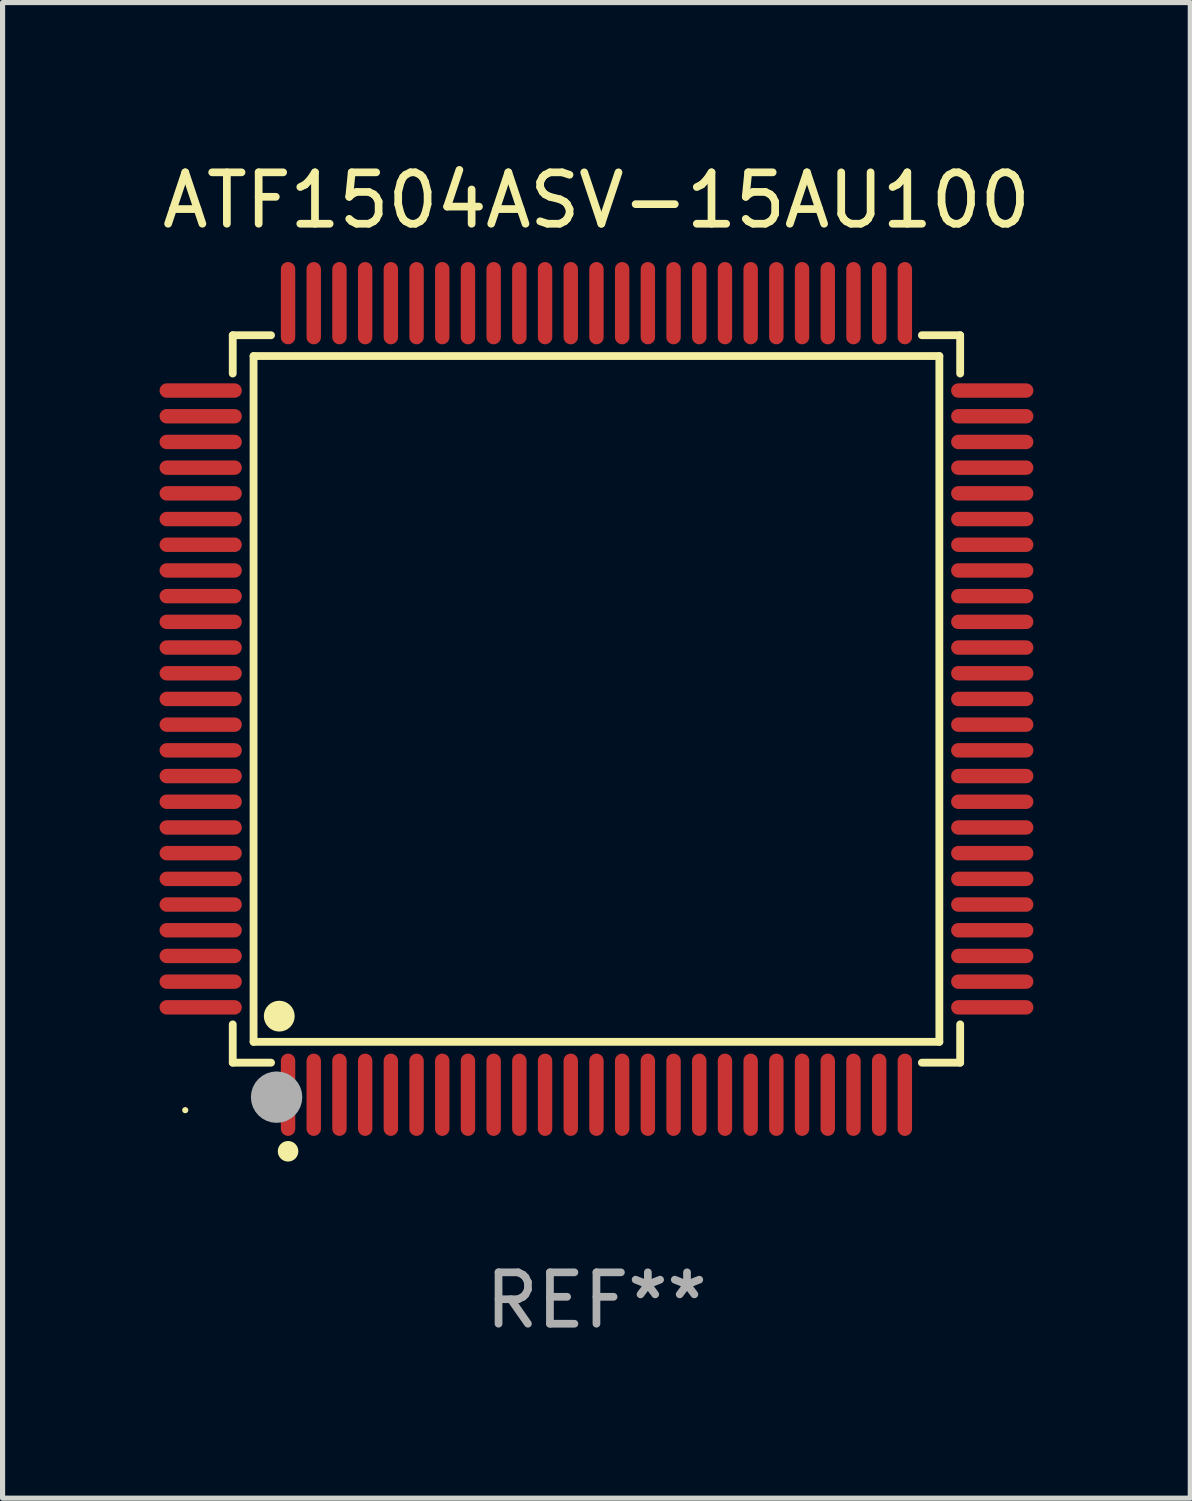
<source format=kicad_pcb>
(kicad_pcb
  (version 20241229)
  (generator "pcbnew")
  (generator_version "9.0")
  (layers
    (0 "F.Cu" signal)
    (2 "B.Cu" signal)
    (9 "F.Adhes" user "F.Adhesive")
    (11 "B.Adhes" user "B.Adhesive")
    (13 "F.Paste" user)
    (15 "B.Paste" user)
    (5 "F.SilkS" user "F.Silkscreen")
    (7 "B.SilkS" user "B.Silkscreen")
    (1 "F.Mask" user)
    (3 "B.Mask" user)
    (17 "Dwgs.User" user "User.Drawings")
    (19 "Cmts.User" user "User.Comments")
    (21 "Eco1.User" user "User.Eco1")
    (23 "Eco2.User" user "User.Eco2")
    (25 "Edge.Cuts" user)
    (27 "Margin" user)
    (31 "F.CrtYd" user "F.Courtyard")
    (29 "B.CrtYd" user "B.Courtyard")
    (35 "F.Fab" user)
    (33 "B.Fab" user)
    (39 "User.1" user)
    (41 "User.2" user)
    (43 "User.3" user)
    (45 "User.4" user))
  (footprint "ATF1504ASV-15AU100"
    (layer "F.Cu")
    (at 8.554 10.548)
    (property "Reference" "ATF1504ASV-15AU100" (at 0 -9.7 0) (layer "F.SilkS") (effects (font (size 1 1) (thickness 0.15))))
    (attr through_hole)
    (fp_line (start -7.076 -7.076) (end -6.331 -7.076) (stroke (width 0.152) (type solid)) (layer "F.SilkS"))
    (fp_line (start -7.076 -6.331) (end -7.076 -7.076) (stroke (width 0.152) (type solid)) (layer "F.SilkS"))
    (fp_line (start -7.076 6.331) (end -7.076 7.076) (stroke (width 0.152) (type solid)) (layer "F.SilkS"))
    (fp_line (start -7.076 7.076) (end -6.331 7.076) (stroke (width 0.152) (type solid)) (layer "F.SilkS"))
    (fp_line (start -6.671 -6.671) (end 6.671 -6.671) (stroke (width 0.152) (type solid)) (layer "F.SilkS"))
    (fp_line (start -6.671 6.671) (end -6.671 -6.671) (stroke (width 0.152) (type solid)) (layer "F.SilkS"))
    (fp_line (start 6.671 -6.671) (end 6.671 6.671) (stroke (width 0.152) (type solid)) (layer "F.SilkS"))
    (fp_line (start 6.671 6.671) (end -6.671 6.671) (stroke (width 0.152) (type solid)) (layer "F.SilkS"))
    (fp_line (start 7.076 -7.076) (end 6.331 -7.076) (stroke (width 0.152) (type solid)) (layer "F.SilkS"))
    (fp_line (start 7.076 -6.331) (end 7.076 -7.076) (stroke (width 0.152) (type solid)) (layer "F.SilkS"))
    (fp_line (start 7.076 6.331) (end 7.076 7.076) (stroke (width 0.152) (type solid)) (layer "F.SilkS"))
    (fp_line (start 7.076 7.076) (end 6.331 7.076) (stroke (width 0.152) (type solid)) (layer "F.SilkS"))
    (fp_circle (center -8 8) (end -7.97 8) (stroke (width 0.06) (type solid)) (fill no) (layer "F.SilkS"))
    (fp_circle (center -6.171 6.171) (end -6.021 6.171) (stroke (width 0.3) (type solid)) (fill no) (layer "F.SilkS"))
    (fp_circle (center -6 8.8) (end -5.9 8.8) (stroke (width 0.2) (type solid)) (fill no) (layer "F.SilkS"))
    (fp_circle (center -6.223 7.747) (end -5.973 7.747) (stroke (width 0.5) (type solid)) (fill no) (layer "F.Fab"))
    (fp_text user "REF**" (at 0 11.7 0) (layer "F.Fab") (effects (font (size 1 1) (thickness 0.15))))
    (pad "1" smd oval (at -6 7.7) (size 0.28 1.6) (layers "F.Cu" "F.Mask" "F.Paste"))
    (pad "2" smd oval (at -5.5 7.7) (size 0.28 1.6) (layers "F.Cu" "F.Mask" "F.Paste"))
    (pad "3" smd oval (at -5 7.7) (size 0.28 1.6) (layers "F.Cu" "F.Mask" "F.Paste"))
    (pad "4" smd oval (at -4.5 7.7) (size 0.28 1.6) (layers "F.Cu" "F.Mask" "F.Paste"))
    (pad "5" smd oval (at -4 7.7) (size 0.28 1.6) (layers "F.Cu" "F.Mask" "F.Paste"))
    (pad "6" smd oval (at -3.5 7.7) (size 0.28 1.6) (layers "F.Cu" "F.Mask" "F.Paste"))
    (pad "7" smd oval (at -3 7.7) (size 0.28 1.6) (layers "F.Cu" "F.Mask" "F.Paste"))
    (pad "8" smd oval (at -2.5 7.7) (size 0.28 1.6) (layers "F.Cu" "F.Mask" "F.Paste"))
    (pad "9" smd oval (at -2 7.7) (size 0.28 1.6) (layers "F.Cu" "F.Mask" "F.Paste"))
    (pad "10" smd oval (at -1.5 7.7) (size 0.28 1.6) (layers "F.Cu" "F.Mask" "F.Paste"))
    (pad "11" smd oval (at -1 7.7) (size 0.28 1.6) (layers "F.Cu" "F.Mask" "F.Paste"))
    (pad "12" smd oval (at -0.5 7.7) (size 0.28 1.6) (layers "F.Cu" "F.Mask" "F.Paste"))
    (pad "13" smd oval (at 0 7.7) (size 0.28 1.6) (layers "F.Cu" "F.Mask" "F.Paste"))
    (pad "14" smd oval (at 0.5 7.7) (size 0.28 1.6) (layers "F.Cu" "F.Mask" "F.Paste"))
    (pad "15" smd oval (at 1 7.7) (size 0.28 1.6) (layers "F.Cu" "F.Mask" "F.Paste"))
    (pad "16" smd oval (at 1.5 7.7) (size 0.28 1.6) (layers "F.Cu" "F.Mask" "F.Paste"))
    (pad "17" smd oval (at 2 7.7) (size 0.28 1.6) (layers "F.Cu" "F.Mask" "F.Paste"))
    (pad "18" smd oval (at 2.5 7.7) (size 0.28 1.6) (layers "F.Cu" "F.Mask" "F.Paste"))
    (pad "19" smd oval (at 3 7.7) (size 0.28 1.6) (layers "F.Cu" "F.Mask" "F.Paste"))
    (pad "20" smd oval (at 3.5 7.7) (size 0.28 1.6) (layers "F.Cu" "F.Mask" "F.Paste"))
    (pad "21" smd oval (at 4 7.7) (size 0.28 1.6) (layers "F.Cu" "F.Mask" "F.Paste"))
    (pad "22" smd oval (at 4.5 7.7) (size 0.28 1.6) (layers "F.Cu" "F.Mask" "F.Paste"))
    (pad "23" smd oval (at 5 7.7) (size 0.28 1.6) (layers "F.Cu" "F.Mask" "F.Paste"))
    (pad "24" smd oval (at 5.5 7.7) (size 0.28 1.6) (layers "F.Cu" "F.Mask" "F.Paste"))
    (pad "25" smd oval (at 6 7.7) (size 0.28 1.6) (layers "F.Cu" "F.Mask" "F.Paste"))
    (pad "26" smd oval (at 7.7 6) (size 1.6 0.28) (layers "F.Cu" "F.Mask" "F.Paste"))
    (pad "27" smd oval (at 7.7 5.5) (size 1.6 0.28) (layers "F.Cu" "F.Mask" "F.Paste"))
    (pad "28" smd oval (at 7.7 5) (size 1.6 0.28) (layers "F.Cu" "F.Mask" "F.Paste"))
    (pad "29" smd oval (at 7.7 4.5) (size 1.6 0.28) (layers "F.Cu" "F.Mask" "F.Paste"))
    (pad "30" smd oval (at 7.7 4) (size 1.6 0.28) (layers "F.Cu" "F.Mask" "F.Paste"))
    (pad "31" smd oval (at 7.7 3.5) (size 1.6 0.28) (layers "F.Cu" "F.Mask" "F.Paste"))
    (pad "32" smd oval (at 7.7 3) (size 1.6 0.28) (layers "F.Cu" "F.Mask" "F.Paste"))
    (pad "33" smd oval (at 7.7 2.5) (size 1.6 0.28) (layers "F.Cu" "F.Mask" "F.Paste"))
    (pad "34" smd oval (at 7.7 2) (size 1.6 0.28) (layers "F.Cu" "F.Mask" "F.Paste"))
    (pad "35" smd oval (at 7.7 1.5) (size 1.6 0.28) (layers "F.Cu" "F.Mask" "F.Paste"))
    (pad "36" smd oval (at 7.7 1) (size 1.6 0.28) (layers "F.Cu" "F.Mask" "F.Paste"))
    (pad "37" smd oval (at 7.7 0.5) (size 1.6 0.28) (layers "F.Cu" "F.Mask" "F.Paste"))
    (pad "38" smd oval (at 7.7 0) (size 1.6 0.28) (layers "F.Cu" "F.Mask" "F.Paste"))
    (pad "39" smd oval (at 7.7 -0.5) (size 1.6 0.28) (layers "F.Cu" "F.Mask" "F.Paste"))
    (pad "40" smd oval (at 7.7 -1) (size 1.6 0.28) (layers "F.Cu" "F.Mask" "F.Paste"))
    (pad "41" smd oval (at 7.7 -1.5) (size 1.6 0.28) (layers "F.Cu" "F.Mask" "F.Paste"))
    (pad "42" smd oval (at 7.7 -2) (size 1.6 0.28) (layers "F.Cu" "F.Mask" "F.Paste"))
    (pad "43" smd oval (at 7.7 -2.5) (size 1.6 0.28) (layers "F.Cu" "F.Mask" "F.Paste"))
    (pad "44" smd oval (at 7.7 -3) (size 1.6 0.28) (layers "F.Cu" "F.Mask" "F.Paste"))
    (pad "45" smd oval (at 7.7 -3.5) (size 1.6 0.28) (layers "F.Cu" "F.Mask" "F.Paste"))
    (pad "46" smd oval (at 7.7 -4) (size 1.6 0.28) (layers "F.Cu" "F.Mask" "F.Paste"))
    (pad "47" smd oval (at 7.7 -4.5) (size 1.6 0.28) (layers "F.Cu" "F.Mask" "F.Paste"))
    (pad "48" smd oval (at 7.7 -5) (size 1.6 0.28) (layers "F.Cu" "F.Mask" "F.Paste"))
    (pad "49" smd oval (at 7.7 -5.5) (size 1.6 0.28) (layers "F.Cu" "F.Mask" "F.Paste"))
    (pad "50" smd oval (at 7.7 -6) (size 1.6 0.28) (layers "F.Cu" "F.Mask" "F.Paste"))
    (pad "51" smd oval (at 6 -7.7) (size 0.28 1.6) (layers "F.Cu" "F.Mask" "F.Paste"))
    (pad "52" smd oval (at 5.5 -7.7) (size 0.28 1.6) (layers "F.Cu" "F.Mask" "F.Paste"))
    (pad "53" smd oval (at 5 -7.7) (size 0.28 1.6) (layers "F.Cu" "F.Mask" "F.Paste"))
    (pad "54" smd oval (at 4.5 -7.7) (size 0.28 1.6) (layers "F.Cu" "F.Mask" "F.Paste"))
    (pad "55" smd oval (at 4 -7.7) (size 0.28 1.6) (layers "F.Cu" "F.Mask" "F.Paste"))
    (pad "56" smd oval (at 3.5 -7.7) (size 0.28 1.6) (layers "F.Cu" "F.Mask" "F.Paste"))
    (pad "57" smd oval (at 3 -7.7) (size 0.28 1.6) (layers "F.Cu" "F.Mask" "F.Paste"))
    (pad "58" smd oval (at 2.5 -7.7) (size 0.28 1.6) (layers "F.Cu" "F.Mask" "F.Paste"))
    (pad "59" smd oval (at 2 -7.7) (size 0.28 1.6) (layers "F.Cu" "F.Mask" "F.Paste"))
    (pad "60" smd oval (at 1.5 -7.7) (size 0.28 1.6) (layers "F.Cu" "F.Mask" "F.Paste"))
    (pad "61" smd oval (at 1 -7.7) (size 0.28 1.6) (layers "F.Cu" "F.Mask" "F.Paste"))
    (pad "62" smd oval (at 0.5 -7.7) (size 0.28 1.6) (layers "F.Cu" "F.Mask" "F.Paste"))
    (pad "63" smd oval (at 0 -7.7) (size 0.28 1.6) (layers "F.Cu" "F.Mask" "F.Paste"))
    (pad "64" smd oval (at -0.5 -7.7) (size 0.28 1.6) (layers "F.Cu" "F.Mask" "F.Paste"))
    (pad "65" smd oval (at -1 -7.7) (size 0.28 1.6) (layers "F.Cu" "F.Mask" "F.Paste"))
    (pad "66" smd oval (at -1.5 -7.7) (size 0.28 1.6) (layers "F.Cu" "F.Mask" "F.Paste"))
    (pad "67" smd oval (at -2 -7.7) (size 0.28 1.6) (layers "F.Cu" "F.Mask" "F.Paste"))
    (pad "68" smd oval (at -2.5 -7.7) (size 0.28 1.6) (layers "F.Cu" "F.Mask" "F.Paste"))
    (pad "69" smd oval (at -3 -7.7) (size 0.28 1.6) (layers "F.Cu" "F.Mask" "F.Paste"))
    (pad "70" smd oval (at -3.5 -7.7) (size 0.28 1.6) (layers "F.Cu" "F.Mask" "F.Paste"))
    (pad "71" smd oval (at -4 -7.7) (size 0.28 1.6) (layers "F.Cu" "F.Mask" "F.Paste"))
    (pad "72" smd oval (at -4.5 -7.7) (size 0.28 1.6) (layers "F.Cu" "F.Mask" "F.Paste"))
    (pad "73" smd oval (at -5 -7.7) (size 0.28 1.6) (layers "F.Cu" "F.Mask" "F.Paste"))
    (pad "74" smd oval (at -5.5 -7.7) (size 0.28 1.6) (layers "F.Cu" "F.Mask" "F.Paste"))
    (pad "75" smd oval (at -6 -7.7) (size 0.28 1.6) (layers "F.Cu" "F.Mask" "F.Paste"))
    (pad "76" smd oval (at -7.7 -6) (size 1.6 0.28) (layers "F.Cu" "F.Mask" "F.Paste"))
    (pad "77" smd oval (at -7.7 -5.5) (size 1.6 0.28) (layers "F.Cu" "F.Mask" "F.Paste"))
    (pad "78" smd oval (at -7.7 -5) (size 1.6 0.28) (layers "F.Cu" "F.Mask" "F.Paste"))
    (pad "79" smd oval (at -7.7 -4.5) (size 1.6 0.28) (layers "F.Cu" "F.Mask" "F.Paste"))
    (pad "80" smd oval (at -7.7 -4) (size 1.6 0.28) (layers "F.Cu" "F.Mask" "F.Paste"))
    (pad "81" smd oval (at -7.7 -3.5) (size 1.6 0.28) (layers "F.Cu" "F.Mask" "F.Paste"))
    (pad "82" smd oval (at -7.7 -3) (size 1.6 0.28) (layers "F.Cu" "F.Mask" "F.Paste"))
    (pad "83" smd oval (at -7.7 -2.5) (size 1.6 0.28) (layers "F.Cu" "F.Mask" "F.Paste"))
    (pad "84" smd oval (at -7.7 -2) (size 1.6 0.28) (layers "F.Cu" "F.Mask" "F.Paste"))
    (pad "85" smd oval (at -7.7 -1.5) (size 1.6 0.28) (layers "F.Cu" "F.Mask" "F.Paste"))
    (pad "86" smd oval (at -7.7 -1) (size 1.6 0.28) (layers "F.Cu" "F.Mask" "F.Paste"))
    (pad "87" smd oval (at -7.7 -0.5) (size 1.6 0.28) (layers "F.Cu" "F.Mask" "F.Paste"))
    (pad "88" smd oval (at -7.7 0) (size 1.6 0.28) (layers "F.Cu" "F.Mask" "F.Paste"))
    (pad "89" smd oval (at -7.7 0.5) (size 1.6 0.28) (layers "F.Cu" "F.Mask" "F.Paste"))
    (pad "90" smd oval (at -7.7 1) (size 1.6 0.28) (layers "F.Cu" "F.Mask" "F.Paste"))
    (pad "91" smd oval (at -7.7 1.5) (size 1.6 0.28) (layers "F.Cu" "F.Mask" "F.Paste"))
    (pad "92" smd oval (at -7.7 2) (size 1.6 0.28) (layers "F.Cu" "F.Mask" "F.Paste"))
    (pad "93" smd oval (at -7.7 2.5) (size 1.6 0.28) (layers "F.Cu" "F.Mask" "F.Paste"))
    (pad "94" smd oval (at -7.7 3) (size 1.6 0.28) (layers "F.Cu" "F.Mask" "F.Paste"))
    (pad "95" smd oval (at -7.7 3.5) (size 1.6 0.28) (layers "F.Cu" "F.Mask" "F.Paste"))
    (pad "96" smd oval (at -7.7 4) (size 1.6 0.28) (layers "F.Cu" "F.Mask" "F.Paste"))
    (pad "97" smd oval (at -7.7 4.5) (size 1.6 0.28) (layers "F.Cu" "F.Mask" "F.Paste"))
    (pad "98" smd oval (at -7.7 5) (size 1.6 0.28) (layers "F.Cu" "F.Mask" "F.Paste"))
    (pad "99" smd oval (at -7.7 5.5) (size 1.6 0.28) (layers "F.Cu" "F.Mask" "F.Paste"))
    (pad "100" smd oval (at -7.7 6) (size 1.6 0.28) (layers "F.Cu" "F.Mask" "F.Paste")))
  (gr_rect
    (start -3 -3)
    (end 20.107 26.097)
    (stroke (width 0.1) (type default))
    (fill no)
    (layer "Edge.Cuts")))
</source>
